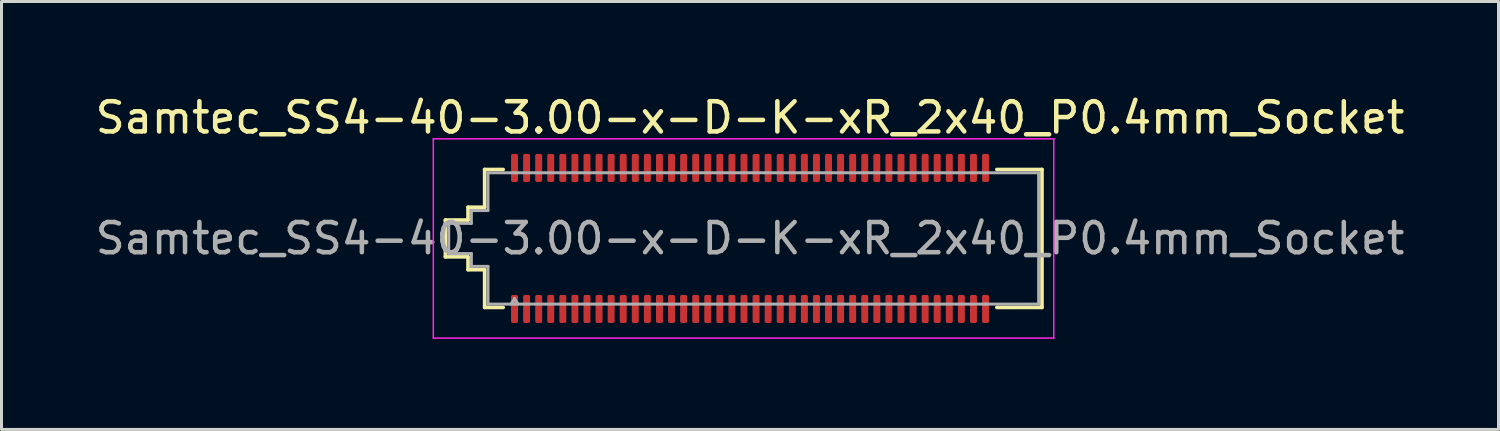
<source format=kicad_pcb>
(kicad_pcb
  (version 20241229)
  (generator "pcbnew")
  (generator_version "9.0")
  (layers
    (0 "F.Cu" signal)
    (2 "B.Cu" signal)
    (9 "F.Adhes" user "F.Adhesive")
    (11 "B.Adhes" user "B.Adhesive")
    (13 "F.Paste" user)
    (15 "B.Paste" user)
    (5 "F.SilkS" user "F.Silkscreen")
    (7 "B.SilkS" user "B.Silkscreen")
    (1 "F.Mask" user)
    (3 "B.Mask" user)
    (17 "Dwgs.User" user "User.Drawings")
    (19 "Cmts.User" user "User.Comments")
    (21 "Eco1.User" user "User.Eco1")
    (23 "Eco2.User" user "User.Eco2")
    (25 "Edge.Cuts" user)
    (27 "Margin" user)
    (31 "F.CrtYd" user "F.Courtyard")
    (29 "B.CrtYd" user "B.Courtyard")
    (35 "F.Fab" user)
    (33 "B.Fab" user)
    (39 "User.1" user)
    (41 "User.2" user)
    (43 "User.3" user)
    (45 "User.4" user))
  (footprint "Samtec_SS4-40-3.00-x-D-K-xR_2x40_P0.4mm_Socket"
    (layer "F.Cu")
    (at 21.792 4.848)
    (property "Reference" "Samtec_SS4-40-3.00-x-D-K-xR_2x40_P0.4mm_Socket" (at 0 -4 0) (layer "F.SilkS") (effects (font (size 1 1) (thickness 0.15))))
    (attr smd)
    (fp_line (start -10.09 -0.61) (end -9.34 -0.61) (stroke (width 0.12) (type solid)) (layer "F.SilkS"))
    (fp_line (start -10.09 0.61) (end -10.09 -0.61) (stroke (width 0.12) (type solid)) (layer "F.SilkS"))
    (fp_line (start -9.34 -1.035) (end -8.79 -1.035) (stroke (width 0.12) (type solid)) (layer "F.SilkS"))
    (fp_line (start -9.34 -0.61) (end -9.34 -1.035) (stroke (width 0.12) (type solid)) (layer "F.SilkS"))
    (fp_line (start -9.34 0.61) (end -10.09 0.61) (stroke (width 0.12) (type solid)) (layer "F.SilkS"))
    (fp_line (start -9.34 1.035) (end -9.34 0.61) (stroke (width 0.12) (type solid)) (layer "F.SilkS"))
    (fp_line (start -8.79 -2.285) (end -8.175 -2.285) (stroke (width 0.12) (type solid)) (layer "F.SilkS"))
    (fp_line (start -8.79 -1.035) (end -8.79 -2.285) (stroke (width 0.12) (type solid)) (layer "F.SilkS"))
    (fp_line (start -8.79 1.035) (end -9.34 1.035) (stroke (width 0.12) (type solid)) (layer "F.SilkS"))
    (fp_line (start -8.79 2.285) (end -8.79 1.035) (stroke (width 0.12) (type solid)) (layer "F.SilkS"))
    (fp_line (start -8.175 2.285) (end -8.79 2.285) (stroke (width 0.12) (type solid)) (layer "F.SilkS"))
    (fp_line (start 8.175 -2.285) (end 9.67 -2.285) (stroke (width 0.12) (type solid)) (layer "F.SilkS"))
    (fp_line (start 9.67 -2.285) (end 9.67 2.285) (stroke (width 0.12) (type solid)) (layer "F.SilkS"))
    (fp_line (start 9.67 2.285) (end 8.175 2.285) (stroke (width 0.12) (type solid)) (layer "F.SilkS"))
    (fp_line (start -10.49 -3.3) (end -10.49 3.3) (stroke (width 0.05) (type solid)) (layer "F.CrtYd"))
    (fp_line (start -10.49 3.3) (end 10.06 3.3) (stroke (width 0.05) (type solid)) (layer "F.CrtYd"))
    (fp_line (start 10.06 -3.3) (end -10.49 -3.3) (stroke (width 0.05) (type solid)) (layer "F.CrtYd"))
    (fp_line (start 10.06 3.3) (end 10.06 -3.3) (stroke (width 0.05) (type solid)) (layer "F.CrtYd"))
    (fp_line (start -9.98 -0.5) (end -9.23 -0.5) (stroke (width 0.1) (type solid)) (layer "F.Fab"))
    (fp_line (start -9.98 0.5) (end -9.98 -0.5) (stroke (width 0.1) (type solid)) (layer "F.Fab"))
    (fp_line (start -9.23 -0.925) (end -8.68 -0.925) (stroke (width 0.1) (type solid)) (layer "F.Fab"))
    (fp_line (start -9.23 -0.5) (end -9.23 -0.925) (stroke (width 0.1) (type solid)) (layer "F.Fab"))
    (fp_line (start -9.23 0.5) (end -9.98 0.5) (stroke (width 0.1) (type solid)) (layer "F.Fab"))
    (fp_line (start -9.23 0.925) (end -9.23 0.5) (stroke (width 0.1) (type solid)) (layer "F.Fab"))
    (fp_line (start -8.68 -2.175) (end -7.8 -2.175) (stroke (width 0.1) (type solid)) (layer "F.Fab"))
    (fp_line (start -8.68 -0.925) (end -8.68 -2.175) (stroke (width 0.1) (type solid)) (layer "F.Fab"))
    (fp_line (start -8.68 0.925) (end -9.23 0.925) (stroke (width 0.1) (type solid)) (layer "F.Fab"))
    (fp_line (start -8.68 2.175) (end -8.68 0.925) (stroke (width 0.1) (type solid)) (layer "F.Fab"))
    (fp_line (start -7.8 -2.175) (end 7.8 -2.175) (stroke (width 0.1) (type solid)) (layer "F.Fab"))
    (fp_line (start -7.8 1.991) (end -7.915 2.175) (stroke (width 0.1) (type solid)) (layer "F.Fab"))
    (fp_line (start -7.8 1.991) (end -7.685 2.175) (stroke (width 0.1) (type solid)) (layer "F.Fab"))
    (fp_line (start -7.8 2.175) (end -8.68 2.175) (stroke (width 0.1) (type solid)) (layer "F.Fab"))
    (fp_line (start 7.8 -2.175) (end 9.56 -2.175) (stroke (width 0.1) (type solid)) (layer "F.Fab"))
    (fp_line (start 7.8 2.175) (end -7.8 2.175) (stroke (width 0.1) (type solid)) (layer "F.Fab"))
    (fp_line (start 9.56 -2.175) (end 9.56 2.175) (stroke (width 0.1) (type solid)) (layer "F.Fab"))
    (fp_line (start 9.56 2.175) (end 7.8 2.175) (stroke (width 0.1) (type solid)) (layer "F.Fab"))
    (fp_text user "${REFERENCE}" (at 0 0 0) (layer "F.Fab") (effects (font (size 1 1) (thickness 0.15))))
    (pad "1" smd roundrect (at -7.8 2.335) (size 0.23 0.93) (layers "F.Cu" "F.Mask" "F.Paste") (roundrect_rratio 0.25))
    (pad "2" smd roundrect (at -7.8 -2.335) (size 0.23 0.93) (layers "F.Cu" "F.Mask" "F.Paste") (roundrect_rratio 0.25))
    (pad "3" smd roundrect (at -7.4 2.335) (size 0.23 0.93) (layers "F.Cu" "F.Mask" "F.Paste") (roundrect_rratio 0.25))
    (pad "4" smd roundrect (at -7.4 -2.335) (size 0.23 0.93) (layers "F.Cu" "F.Mask" "F.Paste") (roundrect_rratio 0.25))
    (pad "5" smd roundrect (at -7 2.335) (size 0.23 0.93) (layers "F.Cu" "F.Mask" "F.Paste") (roundrect_rratio 0.25))
    (pad "6" smd roundrect (at -7 -2.335) (size 0.23 0.93) (layers "F.Cu" "F.Mask" "F.Paste") (roundrect_rratio 0.25))
    (pad "7" smd roundrect (at -6.6 2.335) (size 0.23 0.93) (layers "F.Cu" "F.Mask" "F.Paste") (roundrect_rratio 0.25))
    (pad "8" smd roundrect (at -6.6 -2.335) (size 0.23 0.93) (layers "F.Cu" "F.Mask" "F.Paste") (roundrect_rratio 0.25))
    (pad "9" smd roundrect (at -6.2 2.335) (size 0.23 0.93) (layers "F.Cu" "F.Mask" "F.Paste") (roundrect_rratio 0.25))
    (pad "10" smd roundrect (at -6.2 -2.335) (size 0.23 0.93) (layers "F.Cu" "F.Mask" "F.Paste") (roundrect_rratio 0.25))
    (pad "11" smd roundrect (at -5.8 2.335) (size 0.23 0.93) (layers "F.Cu" "F.Mask" "F.Paste") (roundrect_rratio 0.25))
    (pad "12" smd roundrect (at -5.8 -2.335) (size 0.23 0.93) (layers "F.Cu" "F.Mask" "F.Paste") (roundrect_rratio 0.25))
    (pad "13" smd roundrect (at -5.4 2.335) (size 0.23 0.93) (layers "F.Cu" "F.Mask" "F.Paste") (roundrect_rratio 0.25))
    (pad "14" smd roundrect (at -5.4 -2.335) (size 0.23 0.93) (layers "F.Cu" "F.Mask" "F.Paste") (roundrect_rratio 0.25))
    (pad "15" smd roundrect (at -5 2.335) (size 0.23 0.93) (layers "F.Cu" "F.Mask" "F.Paste") (roundrect_rratio 0.25))
    (pad "16" smd roundrect (at -5 -2.335) (size 0.23 0.93) (layers "F.Cu" "F.Mask" "F.Paste") (roundrect_rratio 0.25))
    (pad "17" smd roundrect (at -4.6 2.335) (size 0.23 0.93) (layers "F.Cu" "F.Mask" "F.Paste") (roundrect_rratio 0.25))
    (pad "18" smd roundrect (at -4.6 -2.335) (size 0.23 0.93) (layers "F.Cu" "F.Mask" "F.Paste") (roundrect_rratio 0.25))
    (pad "19" smd roundrect (at -4.2 2.335) (size 0.23 0.93) (layers "F.Cu" "F.Mask" "F.Paste") (roundrect_rratio 0.25))
    (pad "20" smd roundrect (at -4.2 -2.335) (size 0.23 0.93) (layers "F.Cu" "F.Mask" "F.Paste") (roundrect_rratio 0.25))
    (pad "21" smd roundrect (at -3.8 2.335) (size 0.23 0.93) (layers "F.Cu" "F.Mask" "F.Paste") (roundrect_rratio 0.25))
    (pad "22" smd roundrect (at -3.8 -2.335) (size 0.23 0.93) (layers "F.Cu" "F.Mask" "F.Paste") (roundrect_rratio 0.25))
    (pad "23" smd roundrect (at -3.4 2.335) (size 0.23 0.93) (layers "F.Cu" "F.Mask" "F.Paste") (roundrect_rratio 0.25))
    (pad "24" smd roundrect (at -3.4 -2.335) (size 0.23 0.93) (layers "F.Cu" "F.Mask" "F.Paste") (roundrect_rratio 0.25))
    (pad "25" smd roundrect (at -3 2.335) (size 0.23 0.93) (layers "F.Cu" "F.Mask" "F.Paste") (roundrect_rratio 0.25))
    (pad "26" smd roundrect (at -3 -2.335) (size 0.23 0.93) (layers "F.Cu" "F.Mask" "F.Paste") (roundrect_rratio 0.25))
    (pad "27" smd roundrect (at -2.6 2.335) (size 0.23 0.93) (layers "F.Cu" "F.Mask" "F.Paste") (roundrect_rratio 0.25))
    (pad "28" smd roundrect (at -2.6 -2.335) (size 0.23 0.93) (layers "F.Cu" "F.Mask" "F.Paste") (roundrect_rratio 0.25))
    (pad "29" smd roundrect (at -2.2 2.335) (size 0.23 0.93) (layers "F.Cu" "F.Mask" "F.Paste") (roundrect_rratio 0.25))
    (pad "30" smd roundrect (at -2.2 -2.335) (size 0.23 0.93) (layers "F.Cu" "F.Mask" "F.Paste") (roundrect_rratio 0.25))
    (pad "31" smd roundrect (at -1.8 2.335) (size 0.23 0.93) (layers "F.Cu" "F.Mask" "F.Paste") (roundrect_rratio 0.25))
    (pad "32" smd roundrect (at -1.8 -2.335) (size 0.23 0.93) (layers "F.Cu" "F.Mask" "F.Paste") (roundrect_rratio 0.25))
    (pad "33" smd roundrect (at -1.4 2.335) (size 0.23 0.93) (layers "F.Cu" "F.Mask" "F.Paste") (roundrect_rratio 0.25))
    (pad "34" smd roundrect (at -1.4 -2.335) (size 0.23 0.93) (layers "F.Cu" "F.Mask" "F.Paste") (roundrect_rratio 0.25))
    (pad "35" smd roundrect (at -1 2.335) (size 0.23 0.93) (layers "F.Cu" "F.Mask" "F.Paste") (roundrect_rratio 0.25))
    (pad "36" smd roundrect (at -1 -2.335) (size 0.23 0.93) (layers "F.Cu" "F.Mask" "F.Paste") (roundrect_rratio 0.25))
    (pad "37" smd roundrect (at -0.6 2.335) (size 0.23 0.93) (layers "F.Cu" "F.Mask" "F.Paste") (roundrect_rratio 0.25))
    (pad "38" smd roundrect (at -0.6 -2.335) (size 0.23 0.93) (layers "F.Cu" "F.Mask" "F.Paste") (roundrect_rratio 0.25))
    (pad "39" smd roundrect (at -0.2 2.335) (size 0.23 0.93) (layers "F.Cu" "F.Mask" "F.Paste") (roundrect_rratio 0.25))
    (pad "40" smd roundrect (at -0.2 -2.335) (size 0.23 0.93) (layers "F.Cu" "F.Mask" "F.Paste") (roundrect_rratio 0.25))
    (pad "41" smd roundrect (at 0.2 2.335) (size 0.23 0.93) (layers "F.Cu" "F.Mask" "F.Paste") (roundrect_rratio 0.25))
    (pad "42" smd roundrect (at 0.2 -2.335) (size 0.23 0.93) (layers "F.Cu" "F.Mask" "F.Paste") (roundrect_rratio 0.25))
    (pad "43" smd roundrect (at 0.6 2.335) (size 0.23 0.93) (layers "F.Cu" "F.Mask" "F.Paste") (roundrect_rratio 0.25))
    (pad "44" smd roundrect (at 0.6 -2.335) (size 0.23 0.93) (layers "F.Cu" "F.Mask" "F.Paste") (roundrect_rratio 0.25))
    (pad "45" smd roundrect (at 1 2.335) (size 0.23 0.93) (layers "F.Cu" "F.Mask" "F.Paste") (roundrect_rratio 0.25))
    (pad "46" smd roundrect (at 1 -2.335) (size 0.23 0.93) (layers "F.Cu" "F.Mask" "F.Paste") (roundrect_rratio 0.25))
    (pad "47" smd roundrect (at 1.4 2.335) (size 0.23 0.93) (layers "F.Cu" "F.Mask" "F.Paste") (roundrect_rratio 0.25))
    (pad "48" smd roundrect (at 1.4 -2.335) (size 0.23 0.93) (layers "F.Cu" "F.Mask" "F.Paste") (roundrect_rratio 0.25))
    (pad "49" smd roundrect (at 1.8 2.335) (size 0.23 0.93) (layers "F.Cu" "F.Mask" "F.Paste") (roundrect_rratio 0.25))
    (pad "50" smd roundrect (at 1.8 -2.335) (size 0.23 0.93) (layers "F.Cu" "F.Mask" "F.Paste") (roundrect_rratio 0.25))
    (pad "51" smd roundrect (at 2.2 2.335) (size 0.23 0.93) (layers "F.Cu" "F.Mask" "F.Paste") (roundrect_rratio 0.25))
    (pad "52" smd roundrect (at 2.2 -2.335) (size 0.23 0.93) (layers "F.Cu" "F.Mask" "F.Paste") (roundrect_rratio 0.25))
    (pad "53" smd roundrect (at 2.6 2.335) (size 0.23 0.93) (layers "F.Cu" "F.Mask" "F.Paste") (roundrect_rratio 0.25))
    (pad "54" smd roundrect (at 2.6 -2.335) (size 0.23 0.93) (layers "F.Cu" "F.Mask" "F.Paste") (roundrect_rratio 0.25))
    (pad "55" smd roundrect (at 3 2.335) (size 0.23 0.93) (layers "F.Cu" "F.Mask" "F.Paste") (roundrect_rratio 0.25))
    (pad "56" smd roundrect (at 3 -2.335) (size 0.23 0.93) (layers "F.Cu" "F.Mask" "F.Paste") (roundrect_rratio 0.25))
    (pad "57" smd roundrect (at 3.4 2.335) (size 0.23 0.93) (layers "F.Cu" "F.Mask" "F.Paste") (roundrect_rratio 0.25))
    (pad "58" smd roundrect (at 3.4 -2.335) (size 0.23 0.93) (layers "F.Cu" "F.Mask" "F.Paste") (roundrect_rratio 0.25))
    (pad "59" smd roundrect (at 3.8 2.335) (size 0.23 0.93) (layers "F.Cu" "F.Mask" "F.Paste") (roundrect_rratio 0.25))
    (pad "60" smd roundrect (at 3.8 -2.335) (size 0.23 0.93) (layers "F.Cu" "F.Mask" "F.Paste") (roundrect_rratio 0.25))
    (pad "61" smd roundrect (at 4.2 2.335) (size 0.23 0.93) (layers "F.Cu" "F.Mask" "F.Paste") (roundrect_rratio 0.25))
    (pad "62" smd roundrect (at 4.2 -2.335) (size 0.23 0.93) (layers "F.Cu" "F.Mask" "F.Paste") (roundrect_rratio 0.25))
    (pad "63" smd roundrect (at 4.6 2.335) (size 0.23 0.93) (layers "F.Cu" "F.Mask" "F.Paste") (roundrect_rratio 0.25))
    (pad "64" smd roundrect (at 4.6 -2.335) (size 0.23 0.93) (layers "F.Cu" "F.Mask" "F.Paste") (roundrect_rratio 0.25))
    (pad "65" smd roundrect (at 5 2.335) (size 0.23 0.93) (layers "F.Cu" "F.Mask" "F.Paste") (roundrect_rratio 0.25))
    (pad "66" smd roundrect (at 5 -2.335) (size 0.23 0.93) (layers "F.Cu" "F.Mask" "F.Paste") (roundrect_rratio 0.25))
    (pad "67" smd roundrect (at 5.4 2.335) (size 0.23 0.93) (layers "F.Cu" "F.Mask" "F.Paste") (roundrect_rratio 0.25))
    (pad "68" smd roundrect (at 5.4 -2.335) (size 0.23 0.93) (layers "F.Cu" "F.Mask" "F.Paste") (roundrect_rratio 0.25))
    (pad "69" smd roundrect (at 5.8 2.335) (size 0.23 0.93) (layers "F.Cu" "F.Mask" "F.Paste") (roundrect_rratio 0.25))
    (pad "70" smd roundrect (at 5.8 -2.335) (size 0.23 0.93) (layers "F.Cu" "F.Mask" "F.Paste") (roundrect_rratio 0.25))
    (pad "71" smd roundrect (at 6.2 2.335) (size 0.23 0.93) (layers "F.Cu" "F.Mask" "F.Paste") (roundrect_rratio 0.25))
    (pad "72" smd roundrect (at 6.2 -2.335) (size 0.23 0.93) (layers "F.Cu" "F.Mask" "F.Paste") (roundrect_rratio 0.25))
    (pad "73" smd roundrect (at 6.6 2.335) (size 0.23 0.93) (layers "F.Cu" "F.Mask" "F.Paste") (roundrect_rratio 0.25))
    (pad "74" smd roundrect (at 6.6 -2.335) (size 0.23 0.93) (layers "F.Cu" "F.Mask" "F.Paste") (roundrect_rratio 0.25))
    (pad "75" smd roundrect (at 7 2.335) (size 0.23 0.93) (layers "F.Cu" "F.Mask" "F.Paste") (roundrect_rratio 0.25))
    (pad "76" smd roundrect (at 7 -2.335) (size 0.23 0.93) (layers "F.Cu" "F.Mask" "F.Paste") (roundrect_rratio 0.25))
    (pad "77" smd roundrect (at 7.4 2.335) (size 0.23 0.93) (layers "F.Cu" "F.Mask" "F.Paste") (roundrect_rratio 0.25))
    (pad "78" smd roundrect (at 7.4 -2.335) (size 0.23 0.93) (layers "F.Cu" "F.Mask" "F.Paste") (roundrect_rratio 0.25))
    (pad "79" smd roundrect (at 7.8 2.335) (size 0.23 0.93) (layers "F.Cu" "F.Mask" "F.Paste") (roundrect_rratio 0.25))
    (pad "80" smd roundrect (at 7.8 -2.335) (size 0.23 0.93) (layers "F.Cu" "F.Mask" "F.Paste") (roundrect_rratio 0.25))
    (zone (net_name "") (layer "F.Cu") (name "Via keepout") (hatch edge 0.5) (connect_pads) (min_thickness 0.25) (filled_areas_thickness no) (keepout (tracks not_allowed) (vias not_allowed) (pads allowed) (copperpour not_allowed) (footprints allowed)) (placement (enabled no)) (fill) (polygon (pts (xy 13.877 2.978) (xy 29.707 2.978) (xy 29.707 6.718) (xy 13.877 6.718)))))
  (gr_rect
    (start -3 -3)
    (end 46.583 11.173)
    (stroke (width 0.1) (type default))
    (fill no)
    (layer "Edge.Cuts")))
</source>
